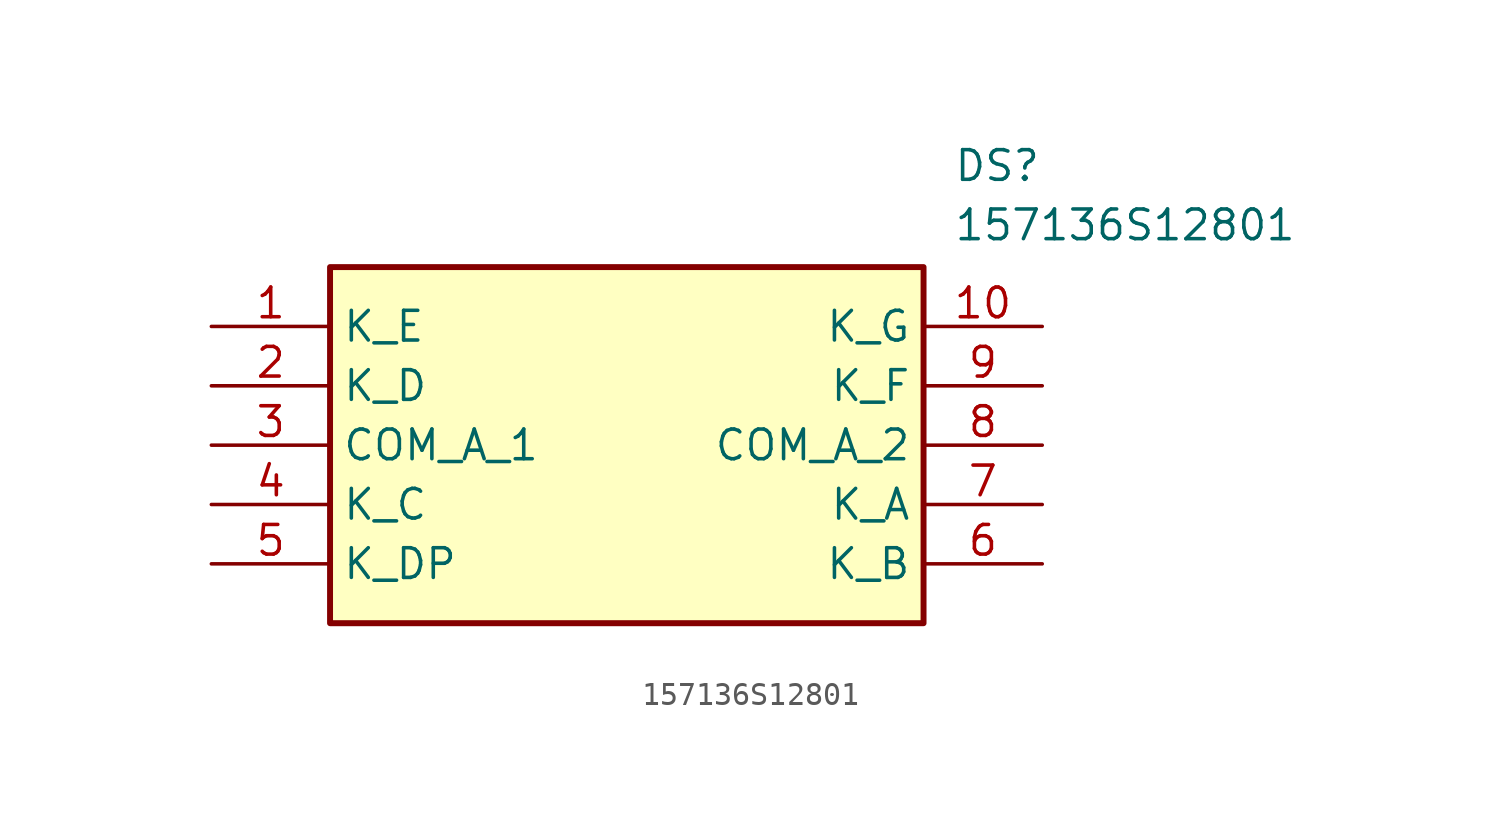
<source format=kicad_sym>
(kicad_symbol_lib
  (version 20211014)
  (generator SamacSys_ECAD_Model)
  (symbol "157136S12801"
    (property "Reference" "DS"
      (at 31.75 7.62 0)
      (effects (font (size 1.27 1.27)) (justify left top)))
    (property "Value" "157136S12801"
      (at 31.75 5.08 0)
      (effects (font (size 1.27 1.27)) (justify left top)))
    (rectangle
      (start 5.08 2.54)
      (end 30.48 -12.7)
      (stroke (width 0.254) (type default))
      (fill (type background)))
    (pin passive line
      (at 0 0 0)
      (length 5.08)
      (name "K_E" (effects (font (size 1.27 1.27))))
      (number "1" (effects (font (size 1.27 1.27)))))
    (pin passive line
      (at 0 -2.54 0)
      (length 5.08)
      (name "K_D" (effects (font (size 1.27 1.27))))
      (number "2" (effects (font (size 1.27 1.27)))))
    (pin passive line
      (at 0 -5.08 0)
      (length 5.08)
      (name "COM_A_1" (effects (font (size 1.27 1.27))))
      (number "3" (effects (font (size 1.27 1.27)))))
    (pin passive line
      (at 0 -7.62 0)
      (length 5.08)
      (name "K_C" (effects (font (size 1.27 1.27))))
      (number "4" (effects (font (size 1.27 1.27)))))
    (pin passive line
      (at 0 -10.16 0)
      (length 5.08)
      (name "K_DP" (effects (font (size 1.27 1.27))))
      (number "5" (effects (font (size 1.27 1.27)))))
    (pin passive line
      (at 35.56 -10.16 180)
      (length 5.08)
      (name "K_B" (effects (font (size 1.27 1.27))))
      (number "6" (effects (font (size 1.27 1.27)))))
    (pin passive line
      (at 35.56 -7.62 180)
      (length 5.08)
      (name "K_A" (effects (font (size 1.27 1.27))))
      (number "7" (effects (font (size 1.27 1.27)))))
    (pin passive line
      (at 35.56 -5.08 180)
      (length 5.08)
      (name "COM_A_2" (effects (font (size 1.27 1.27))))
      (number "8" (effects (font (size 1.27 1.27)))))
    (pin passive line
      (at 35.56 -2.54 180)
      (length 5.08)
      (name "K_F" (effects (font (size 1.27 1.27))))
      (number "9" (effects (font (size 1.27 1.27)))))
    (pin passive line
      (at 35.56 0 180)
      (length 5.08)
      (name "K_G" (effects (font (size 1.27 1.27))))
      (number "10" (effects (font (size 1.27 1.27)))))))
</source>
